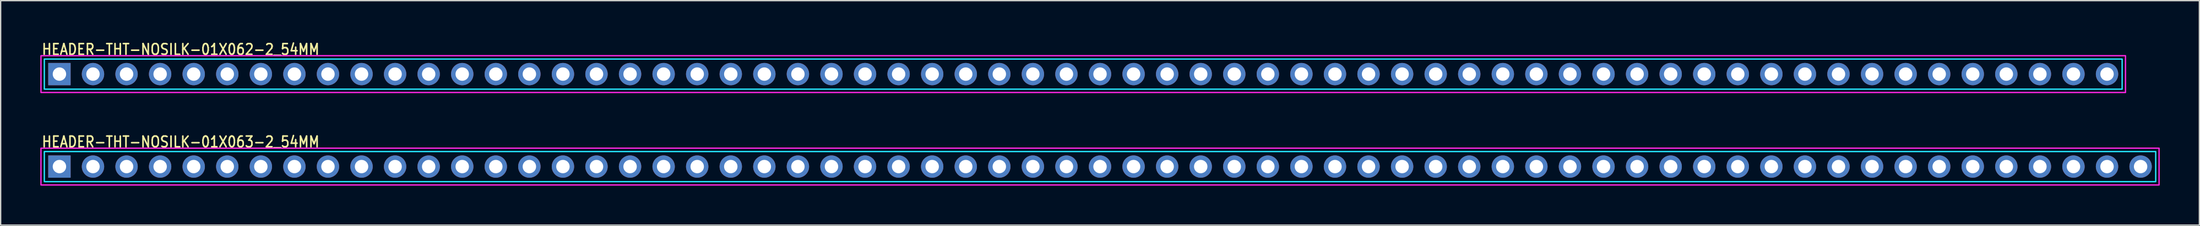
<source format=kicad_pcb>
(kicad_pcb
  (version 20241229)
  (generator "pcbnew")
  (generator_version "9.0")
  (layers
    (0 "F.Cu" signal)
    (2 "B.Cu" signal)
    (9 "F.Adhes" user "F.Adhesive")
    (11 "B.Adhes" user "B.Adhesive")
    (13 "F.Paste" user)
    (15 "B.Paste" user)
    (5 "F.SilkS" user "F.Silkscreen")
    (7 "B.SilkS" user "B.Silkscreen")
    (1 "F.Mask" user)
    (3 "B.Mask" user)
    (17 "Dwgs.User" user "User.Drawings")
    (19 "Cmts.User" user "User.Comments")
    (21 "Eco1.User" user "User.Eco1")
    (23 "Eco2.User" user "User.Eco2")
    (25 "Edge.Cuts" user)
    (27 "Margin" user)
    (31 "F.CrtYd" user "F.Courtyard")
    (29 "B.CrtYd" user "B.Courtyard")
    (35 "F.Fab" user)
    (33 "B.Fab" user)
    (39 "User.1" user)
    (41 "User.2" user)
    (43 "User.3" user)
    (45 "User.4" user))
  (footprint "HEADER-THT-NOSILK-01X063-2_54MM"
    (layer "F.Cu")
    (at 1.447 9.604)
    (property "Reference" "HEADER-THT-NOSILK-01X063-2_54MM" (at -1.4 -1.4 0) (unlocked yes) (layer "F.SilkS") (effects (font (size 0.813 0.695) (thickness 0.122)) (justify left bottom)))
    (fp_poly (pts (xy -1.143 -1.143) (xy 158.623 -1.143) (xy 158.623 1.143) (xy -1.143 1.143)) (stroke (width 0.1) (type solid)) (fill no) (layer "B.CrtYd"))
    (fp_poly (pts (xy -1.397 -1.397) (xy 158.877 -1.397) (xy 158.877 1.397) (xy -1.397 1.397)) (stroke (width 0.1) (type solid)) (fill no) (layer "F.CrtYd"))
    (pad "1" thru_hole rect (at 0 0) (size 1.693 1.693) (drill 1.016) (layers "*.Cu" "*.Mask"))
    (pad "2" thru_hole oval (at 2.54 0) (size 1.693 1.693) (drill 1.016) (layers "*.Cu" "*.Mask"))
    (pad "3" thru_hole oval (at 5.08 0) (size 1.693 1.693) (drill 1.016) (layers "*.Cu" "*.Mask"))
    (pad "4" thru_hole oval (at 7.62 0) (size 1.693 1.693) (drill 1.016) (layers "*.Cu" "*.Mask"))
    (pad "5" thru_hole oval (at 10.16 0) (size 1.693 1.693) (drill 1.016) (layers "*.Cu" "*.Mask"))
    (pad "6" thru_hole oval (at 12.7 0) (size 1.693 1.693) (drill 1.016) (layers "*.Cu" "*.Mask"))
    (pad "7" thru_hole oval (at 15.24 0) (size 1.693 1.693) (drill 1.016) (layers "*.Cu" "*.Mask"))
    (pad "8" thru_hole oval (at 17.78 0) (size 1.693 1.693) (drill 1.016) (layers "*.Cu" "*.Mask"))
    (pad "9" thru_hole oval (at 20.32 0) (size 1.693 1.693) (drill 1.016) (layers "*.Cu" "*.Mask"))
    (pad "10" thru_hole oval (at 22.86 0) (size 1.693 1.693) (drill 1.016) (layers "*.Cu" "*.Mask"))
    (pad "11" thru_hole oval (at 25.4 0) (size 1.693 1.693) (drill 1.016) (layers "*.Cu" "*.Mask"))
    (pad "12" thru_hole oval (at 27.94 0) (size 1.693 1.693) (drill 1.016) (layers "*.Cu" "*.Mask"))
    (pad "13" thru_hole oval (at 30.48 0) (size 1.693 1.693) (drill 1.016) (layers "*.Cu" "*.Mask"))
    (pad "14" thru_hole oval (at 33.02 0) (size 1.693 1.693) (drill 1.016) (layers "*.Cu" "*.Mask"))
    (pad "15" thru_hole oval (at 35.56 0) (size 1.693 1.693) (drill 1.016) (layers "*.Cu" "*.Mask"))
    (pad "16" thru_hole oval (at 38.1 0) (size 1.693 1.693) (drill 1.016) (layers "*.Cu" "*.Mask"))
    (pad "17" thru_hole oval (at 40.64 0) (size 1.693 1.693) (drill 1.016) (layers "*.Cu" "*.Mask"))
    (pad "18" thru_hole oval (at 43.18 0) (size 1.693 1.693) (drill 1.016) (layers "*.Cu" "*.Mask"))
    (pad "19" thru_hole oval (at 45.72 0) (size 1.693 1.693) (drill 1.016) (layers "*.Cu" "*.Mask"))
    (pad "20" thru_hole oval (at 48.26 0) (size 1.693 1.693) (drill 1.016) (layers "*.Cu" "*.Mask"))
    (pad "21" thru_hole oval (at 50.8 0) (size 1.693 1.693) (drill 1.016) (layers "*.Cu" "*.Mask"))
    (pad "22" thru_hole oval (at 53.34 0) (size 1.693 1.693) (drill 1.016) (layers "*.Cu" "*.Mask"))
    (pad "23" thru_hole oval (at 55.88 0) (size 1.693 1.693) (drill 1.016) (layers "*.Cu" "*.Mask"))
    (pad "24" thru_hole oval (at 58.42 0) (size 1.693 1.693) (drill 1.016) (layers "*.Cu" "*.Mask"))
    (pad "25" thru_hole oval (at 60.96 0) (size 1.693 1.693) (drill 1.016) (layers "*.Cu" "*.Mask"))
    (pad "26" thru_hole oval (at 63.5 0) (size 1.693 1.693) (drill 1.016) (layers "*.Cu" "*.Mask"))
    (pad "27" thru_hole oval (at 66.04 0) (size 1.693 1.693) (drill 1.016) (layers "*.Cu" "*.Mask"))
    (pad "28" thru_hole oval (at 68.58 0) (size 1.693 1.693) (drill 1.016) (layers "*.Cu" "*.Mask"))
    (pad "29" thru_hole oval (at 71.12 0) (size 1.693 1.693) (drill 1.016) (layers "*.Cu" "*.Mask"))
    (pad "30" thru_hole oval (at 73.66 0) (size 1.693 1.693) (drill 1.016) (layers "*.Cu" "*.Mask"))
    (pad "31" thru_hole oval (at 76.2 0) (size 1.693 1.693) (drill 1.016) (layers "*.Cu" "*.Mask"))
    (pad "32" thru_hole oval (at 78.74 0) (size 1.693 1.693) (drill 1.016) (layers "*.Cu" "*.Mask"))
    (pad "33" thru_hole oval (at 81.28 0) (size 1.693 1.693) (drill 1.016) (layers "*.Cu" "*.Mask"))
    (pad "34" thru_hole oval (at 83.82 0) (size 1.693 1.693) (drill 1.016) (layers "*.Cu" "*.Mask"))
    (pad "35" thru_hole oval (at 86.36 0) (size 1.693 1.693) (drill 1.016) (layers "*.Cu" "*.Mask"))
    (pad "36" thru_hole oval (at 88.9 0) (size 1.693 1.693) (drill 1.016) (layers "*.Cu" "*.Mask"))
    (pad "37" thru_hole oval (at 91.44 0) (size 1.693 1.693) (drill 1.016) (layers "*.Cu" "*.Mask"))
    (pad "38" thru_hole oval (at 93.98 0) (size 1.693 1.693) (drill 1.016) (layers "*.Cu" "*.Mask"))
    (pad "39" thru_hole oval (at 96.52 0) (size 1.693 1.693) (drill 1.016) (layers "*.Cu" "*.Mask"))
    (pad "40" thru_hole oval (at 99.06 0) (size 1.693 1.693) (drill 1.016) (layers "*.Cu" "*.Mask"))
    (pad "41" thru_hole oval (at 101.6 0) (size 1.693 1.693) (drill 1.016) (layers "*.Cu" "*.Mask"))
    (pad "42" thru_hole oval (at 104.14 0) (size 1.693 1.693) (drill 1.016) (layers "*.Cu" "*.Mask"))
    (pad "43" thru_hole oval (at 106.68 0) (size 1.693 1.693) (drill 1.016) (layers "*.Cu" "*.Mask"))
    (pad "44" thru_hole oval (at 109.22 0) (size 1.693 1.693) (drill 1.016) (layers "*.Cu" "*.Mask"))
    (pad "45" thru_hole oval (at 111.76 0) (size 1.693 1.693) (drill 1.016) (layers "*.Cu" "*.Mask"))
    (pad "46" thru_hole oval (at 114.3 0) (size 1.693 1.693) (drill 1.016) (layers "*.Cu" "*.Mask"))
    (pad "47" thru_hole oval (at 116.84 0) (size 1.693 1.693) (drill 1.016) (layers "*.Cu" "*.Mask"))
    (pad "48" thru_hole oval (at 119.38 0) (size 1.693 1.693) (drill 1.016) (layers "*.Cu" "*.Mask"))
    (pad "49" thru_hole oval (at 121.92 0) (size 1.693 1.693) (drill 1.016) (layers "*.Cu" "*.Mask"))
    (pad "50" thru_hole oval (at 124.46 0) (size 1.693 1.693) (drill 1.016) (layers "*.Cu" "*.Mask"))
    (pad "51" thru_hole oval (at 127 0) (size 1.693 1.693) (drill 1.016) (layers "*.Cu" "*.Mask"))
    (pad "52" thru_hole oval (at 129.54 0) (size 1.693 1.693) (drill 1.016) (layers "*.Cu" "*.Mask"))
    (pad "53" thru_hole oval (at 132.08 0) (size 1.693 1.693) (drill 1.016) (layers "*.Cu" "*.Mask"))
    (pad "54" thru_hole oval (at 134.62 0) (size 1.693 1.693) (drill 1.016) (layers "*.Cu" "*.Mask"))
    (pad "55" thru_hole oval (at 137.16 0) (size 1.693 1.693) (drill 1.016) (layers "*.Cu" "*.Mask"))
    (pad "56" thru_hole oval (at 139.7 0) (size 1.693 1.693) (drill 1.016) (layers "*.Cu" "*.Mask"))
    (pad "57" thru_hole oval (at 142.24 0) (size 1.693 1.693) (drill 1.016) (layers "*.Cu" "*.Mask"))
    (pad "58" thru_hole oval (at 144.78 0) (size 1.693 1.693) (drill 1.016) (layers "*.Cu" "*.Mask"))
    (pad "59" thru_hole oval (at 147.32 0) (size 1.693 1.693) (drill 1.016) (layers "*.Cu" "*.Mask"))
    (pad "60" thru_hole oval (at 149.86 0) (size 1.693 1.693) (drill 1.016) (layers "*.Cu" "*.Mask"))
    (pad "61" thru_hole oval (at 152.4 0) (size 1.693 1.693) (drill 1.016) (layers "*.Cu" "*.Mask"))
    (pad "62" thru_hole oval (at 154.94 0) (size 1.693 1.693) (drill 1.016) (layers "*.Cu" "*.Mask"))
    (pad "63" thru_hole oval (at 157.48 0) (size 1.693 1.693) (drill 1.016) (layers "*.Cu" "*.Mask")))
  (footprint "HEADER-THT-NOSILK-01X062-2_54MM"
    (layer "F.Cu")
    (at 1.447 2.579)
    (property "Reference" "HEADER-THT-NOSILK-01X062-2_54MM" (at -1.4 -1.4 0) (unlocked yes) (layer "F.SilkS") (effects (font (size 0.813 0.695) (thickness 0.122)) (justify left bottom)))
    (fp_poly (pts (xy -1.143 -1.143) (xy 156.083 -1.143) (xy 156.083 1.143) (xy -1.143 1.143)) (stroke (width 0.1) (type solid)) (fill no) (layer "B.CrtYd"))
    (fp_poly (pts (xy -1.397 -1.397) (xy 156.337 -1.397) (xy 156.337 1.397) (xy -1.397 1.397)) (stroke (width 0.1) (type solid)) (fill no) (layer "F.CrtYd"))
    (pad "1" thru_hole rect (at 0 0) (size 1.693 1.693) (drill 1.016) (layers "*.Cu" "*.Mask"))
    (pad "2" thru_hole oval (at 2.54 0) (size 1.693 1.693) (drill 1.016) (layers "*.Cu" "*.Mask"))
    (pad "3" thru_hole oval (at 5.08 0) (size 1.693 1.693) (drill 1.016) (layers "*.Cu" "*.Mask"))
    (pad "4" thru_hole oval (at 7.62 0) (size 1.693 1.693) (drill 1.016) (layers "*.Cu" "*.Mask"))
    (pad "5" thru_hole oval (at 10.16 0) (size 1.693 1.693) (drill 1.016) (layers "*.Cu" "*.Mask"))
    (pad "6" thru_hole oval (at 12.7 0) (size 1.693 1.693) (drill 1.016) (layers "*.Cu" "*.Mask"))
    (pad "7" thru_hole oval (at 15.24 0) (size 1.693 1.693) (drill 1.016) (layers "*.Cu" "*.Mask"))
    (pad "8" thru_hole oval (at 17.78 0) (size 1.693 1.693) (drill 1.016) (layers "*.Cu" "*.Mask"))
    (pad "9" thru_hole oval (at 20.32 0) (size 1.693 1.693) (drill 1.016) (layers "*.Cu" "*.Mask"))
    (pad "10" thru_hole oval (at 22.86 0) (size 1.693 1.693) (drill 1.016) (layers "*.Cu" "*.Mask"))
    (pad "11" thru_hole oval (at 25.4 0) (size 1.693 1.693) (drill 1.016) (layers "*.Cu" "*.Mask"))
    (pad "12" thru_hole oval (at 27.94 0) (size 1.693 1.693) (drill 1.016) (layers "*.Cu" "*.Mask"))
    (pad "13" thru_hole oval (at 30.48 0) (size 1.693 1.693) (drill 1.016) (layers "*.Cu" "*.Mask"))
    (pad "14" thru_hole oval (at 33.02 0) (size 1.693 1.693) (drill 1.016) (layers "*.Cu" "*.Mask"))
    (pad "15" thru_hole oval (at 35.56 0) (size 1.693 1.693) (drill 1.016) (layers "*.Cu" "*.Mask"))
    (pad "16" thru_hole oval (at 38.1 0) (size 1.693 1.693) (drill 1.016) (layers "*.Cu" "*.Mask"))
    (pad "17" thru_hole oval (at 40.64 0) (size 1.693 1.693) (drill 1.016) (layers "*.Cu" "*.Mask"))
    (pad "18" thru_hole oval (at 43.18 0) (size 1.693 1.693) (drill 1.016) (layers "*.Cu" "*.Mask"))
    (pad "19" thru_hole oval (at 45.72 0) (size 1.693 1.693) (drill 1.016) (layers "*.Cu" "*.Mask"))
    (pad "20" thru_hole oval (at 48.26 0) (size 1.693 1.693) (drill 1.016) (layers "*.Cu" "*.Mask"))
    (pad "21" thru_hole oval (at 50.8 0) (size 1.693 1.693) (drill 1.016) (layers "*.Cu" "*.Mask"))
    (pad "22" thru_hole oval (at 53.34 0) (size 1.693 1.693) (drill 1.016) (layers "*.Cu" "*.Mask"))
    (pad "23" thru_hole oval (at 55.88 0) (size 1.693 1.693) (drill 1.016) (layers "*.Cu" "*.Mask"))
    (pad "24" thru_hole oval (at 58.42 0) (size 1.693 1.693) (drill 1.016) (layers "*.Cu" "*.Mask"))
    (pad "25" thru_hole oval (at 60.96 0) (size 1.693 1.693) (drill 1.016) (layers "*.Cu" "*.Mask"))
    (pad "26" thru_hole oval (at 63.5 0) (size 1.693 1.693) (drill 1.016) (layers "*.Cu" "*.Mask"))
    (pad "27" thru_hole oval (at 66.04 0) (size 1.693 1.693) (drill 1.016) (layers "*.Cu" "*.Mask"))
    (pad "28" thru_hole oval (at 68.58 0) (size 1.693 1.693) (drill 1.016) (layers "*.Cu" "*.Mask"))
    (pad "29" thru_hole oval (at 71.12 0) (size 1.693 1.693) (drill 1.016) (layers "*.Cu" "*.Mask"))
    (pad "30" thru_hole oval (at 73.66 0) (size 1.693 1.693) (drill 1.016) (layers "*.Cu" "*.Mask"))
    (pad "31" thru_hole oval (at 76.2 0) (size 1.693 1.693) (drill 1.016) (layers "*.Cu" "*.Mask"))
    (pad "32" thru_hole oval (at 78.74 0) (size 1.693 1.693) (drill 1.016) (layers "*.Cu" "*.Mask"))
    (pad "33" thru_hole oval (at 81.28 0) (size 1.693 1.693) (drill 1.016) (layers "*.Cu" "*.Mask"))
    (pad "34" thru_hole oval (at 83.82 0) (size 1.693 1.693) (drill 1.016) (layers "*.Cu" "*.Mask"))
    (pad "35" thru_hole oval (at 86.36 0) (size 1.693 1.693) (drill 1.016) (layers "*.Cu" "*.Mask"))
    (pad "36" thru_hole oval (at 88.9 0) (size 1.693 1.693) (drill 1.016) (layers "*.Cu" "*.Mask"))
    (pad "37" thru_hole oval (at 91.44 0) (size 1.693 1.693) (drill 1.016) (layers "*.Cu" "*.Mask"))
    (pad "38" thru_hole oval (at 93.98 0) (size 1.693 1.693) (drill 1.016) (layers "*.Cu" "*.Mask"))
    (pad "39" thru_hole oval (at 96.52 0) (size 1.693 1.693) (drill 1.016) (layers "*.Cu" "*.Mask"))
    (pad "40" thru_hole oval (at 99.06 0) (size 1.693 1.693) (drill 1.016) (layers "*.Cu" "*.Mask"))
    (pad "41" thru_hole oval (at 101.6 0) (size 1.693 1.693) (drill 1.016) (layers "*.Cu" "*.Mask"))
    (pad "42" thru_hole oval (at 104.14 0) (size 1.693 1.693) (drill 1.016) (layers "*.Cu" "*.Mask"))
    (pad "43" thru_hole oval (at 106.68 0) (size 1.693 1.693) (drill 1.016) (layers "*.Cu" "*.Mask"))
    (pad "44" thru_hole oval (at 109.22 0) (size 1.693 1.693) (drill 1.016) (layers "*.Cu" "*.Mask"))
    (pad "45" thru_hole oval (at 111.76 0) (size 1.693 1.693) (drill 1.016) (layers "*.Cu" "*.Mask"))
    (pad "46" thru_hole oval (at 114.3 0) (size 1.693 1.693) (drill 1.016) (layers "*.Cu" "*.Mask"))
    (pad "47" thru_hole oval (at 116.84 0) (size 1.693 1.693) (drill 1.016) (layers "*.Cu" "*.Mask"))
    (pad "48" thru_hole oval (at 119.38 0) (size 1.693 1.693) (drill 1.016) (layers "*.Cu" "*.Mask"))
    (pad "49" thru_hole oval (at 121.92 0) (size 1.693 1.693) (drill 1.016) (layers "*.Cu" "*.Mask"))
    (pad "50" thru_hole oval (at 124.46 0) (size 1.693 1.693) (drill 1.016) (layers "*.Cu" "*.Mask"))
    (pad "51" thru_hole oval (at 127 0) (size 1.693 1.693) (drill 1.016) (layers "*.Cu" "*.Mask"))
    (pad "52" thru_hole oval (at 129.54 0) (size 1.693 1.693) (drill 1.016) (layers "*.Cu" "*.Mask"))
    (pad "53" thru_hole oval (at 132.08 0) (size 1.693 1.693) (drill 1.016) (layers "*.Cu" "*.Mask"))
    (pad "54" thru_hole oval (at 134.62 0) (size 1.693 1.693) (drill 1.016) (layers "*.Cu" "*.Mask"))
    (pad "55" thru_hole oval (at 137.16 0) (size 1.693 1.693) (drill 1.016) (layers "*.Cu" "*.Mask"))
    (pad "56" thru_hole oval (at 139.7 0) (size 1.693 1.693) (drill 1.016) (layers "*.Cu" "*.Mask"))
    (pad "57" thru_hole oval (at 142.24 0) (size 1.693 1.693) (drill 1.016) (layers "*.Cu" "*.Mask"))
    (pad "58" thru_hole oval (at 144.78 0) (size 1.693 1.693) (drill 1.016) (layers "*.Cu" "*.Mask"))
    (pad "59" thru_hole oval (at 147.32 0) (size 1.693 1.693) (drill 1.016) (layers "*.Cu" "*.Mask"))
    (pad "60" thru_hole oval (at 149.86 0) (size 1.693 1.693) (drill 1.016) (layers "*.Cu" "*.Mask"))
    (pad "61" thru_hole oval (at 152.4 0) (size 1.693 1.693) (drill 1.016) (layers "*.Cu" "*.Mask"))
    (pad "62" thru_hole oval (at 154.94 0) (size 1.693 1.693) (drill 1.016) (layers "*.Cu" "*.Mask")))
  (gr_rect
    (start -3 -3)
    (end 163.374 14.051)
    (stroke (width 0.1) (type default))
    (fill no)
    (layer "Edge.Cuts")))
</source>
